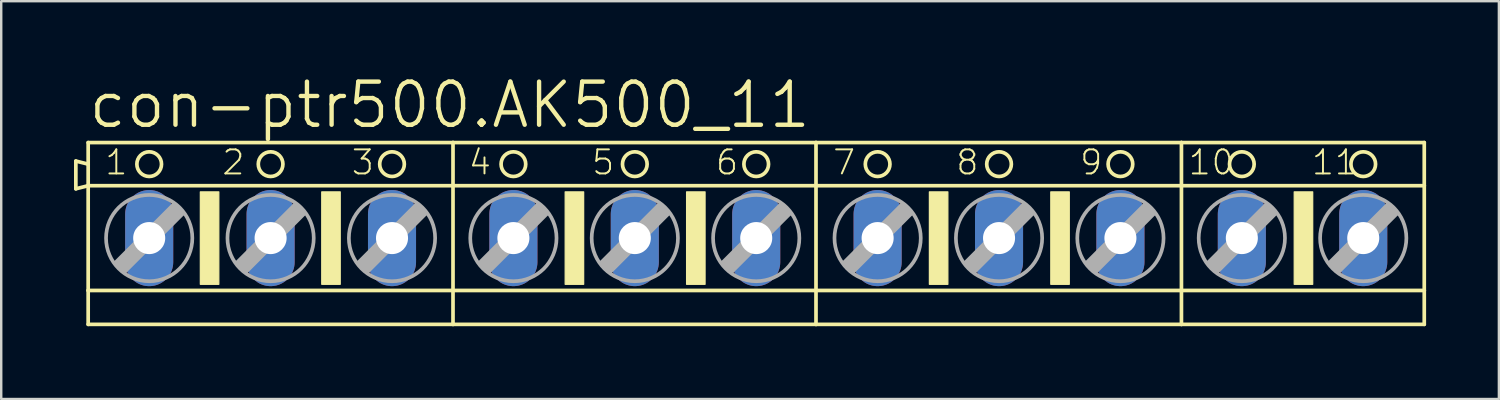
<source format=kicad_pcb>
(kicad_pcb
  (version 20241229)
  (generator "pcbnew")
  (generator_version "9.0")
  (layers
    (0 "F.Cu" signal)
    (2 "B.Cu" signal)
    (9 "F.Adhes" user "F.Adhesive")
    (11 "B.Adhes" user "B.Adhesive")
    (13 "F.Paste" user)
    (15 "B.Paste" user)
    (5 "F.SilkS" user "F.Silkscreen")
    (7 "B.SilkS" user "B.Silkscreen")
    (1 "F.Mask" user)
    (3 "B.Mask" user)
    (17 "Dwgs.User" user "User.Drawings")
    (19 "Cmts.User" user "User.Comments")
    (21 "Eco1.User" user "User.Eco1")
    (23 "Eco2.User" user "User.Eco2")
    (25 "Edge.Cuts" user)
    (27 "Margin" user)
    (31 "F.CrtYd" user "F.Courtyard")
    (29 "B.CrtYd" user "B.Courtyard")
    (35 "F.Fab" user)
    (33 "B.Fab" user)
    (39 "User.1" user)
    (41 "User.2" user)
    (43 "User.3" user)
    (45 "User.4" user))
  (footprint "con-ptr500.AK500_11"
    (layer "F.Cu")
    (at 28.118 6.763)
    (property "Reference" "con-ptr500.AK500_11" (at -27.61 -4.445 0) (layer "F.SilkS") (effects (font (size 1.778 1.778) (thickness 0.18)) (justify left bottom)))
    (attr through_hole)
    (fp_line (start -28.042 -3.175) (end -28.042 -2.032) (stroke (width 0.152) (type default)) (layer "F.SilkS"))
    (fp_line (start -28.042 -2.032) (end -27.534 -2.159) (stroke (width 0.152) (type default)) (layer "F.SilkS"))
    (fp_line (start -27.534 -3.048) (end -28.042 -3.175) (stroke (width 0.152) (type default)) (layer "F.SilkS"))
    (fp_line (start -27.534 -3.048) (end -27.534 -3.937) (stroke (width 0.152) (type default)) (layer "F.SilkS"))
    (fp_line (start -27.534 -2.159) (end -27.534 -3.048) (stroke (width 0.152) (type default)) (layer "F.SilkS"))
    (fp_line (start -27.534 -2.159) (end -12.497 -2.159) (stroke (width 0.152) (type default)) (layer "F.SilkS"))
    (fp_line (start -27.534 2.159) (end -27.534 -2.159) (stroke (width 0.152) (type default)) (layer "F.SilkS"))
    (fp_line (start -27.534 2.159) (end -12.497 2.159) (stroke (width 0.152) (type default)) (layer "F.SilkS"))
    (fp_line (start -27.534 3.556) (end -27.534 2.159) (stroke (width 0.152) (type default)) (layer "F.SilkS"))
    (fp_line (start -27.534 3.556) (end -12.497 3.556) (stroke (width 0.152) (type default)) (layer "F.SilkS"))
    (fp_line (start -12.497 -3.937) (end -27.534 -3.937) (stroke (width 0.152) (type default)) (layer "F.SilkS"))
    (fp_line (start -12.497 -2.159) (end -12.497 -3.937) (stroke (width 0.152) (type default)) (layer "F.SilkS"))
    (fp_line (start -12.497 -2.159) (end 2.464 -2.159) (stroke (width 0.152) (type default)) (layer "F.SilkS"))
    (fp_line (start -12.497 2.159) (end -12.497 -2.159) (stroke (width 0.152) (type default)) (layer "F.SilkS"))
    (fp_line (start -12.497 2.159) (end 2.464 2.159) (stroke (width 0.152) (type default)) (layer "F.SilkS"))
    (fp_line (start -12.497 3.556) (end -12.497 2.159) (stroke (width 0.152) (type default)) (layer "F.SilkS"))
    (fp_line (start -12.497 3.556) (end 2.464 3.556) (stroke (width 0.152) (type default)) (layer "F.SilkS"))
    (fp_line (start 2.464 -3.937) (end -12.497 -3.937) (stroke (width 0.152) (type default)) (layer "F.SilkS"))
    (fp_line (start 2.464 -2.159) (end 2.464 -3.937) (stroke (width 0.152) (type default)) (layer "F.SilkS"))
    (fp_line (start 2.464 -2.159) (end 17.526 -2.159) (stroke (width 0.152) (type default)) (layer "F.SilkS"))
    (fp_line (start 2.464 2.159) (end 2.464 -2.159) (stroke (width 0.152) (type default)) (layer "F.SilkS"))
    (fp_line (start 2.464 2.159) (end 17.526 2.159) (stroke (width 0.152) (type default)) (layer "F.SilkS"))
    (fp_line (start 2.464 3.556) (end 2.464 2.159) (stroke (width 0.152) (type default)) (layer "F.SilkS"))
    (fp_line (start 2.464 3.556) (end 17.526 3.556) (stroke (width 0.152) (type default)) (layer "F.SilkS"))
    (fp_line (start 17.526 -3.937) (end 2.464 -3.937) (stroke (width 0.152) (type default)) (layer "F.SilkS"))
    (fp_line (start 17.526 -2.159) (end 17.526 -3.937) (stroke (width 0.152) (type default)) (layer "F.SilkS"))
    (fp_line (start 17.526 -2.159) (end 27.534 -2.159) (stroke (width 0.152) (type default)) (layer "F.SilkS"))
    (fp_line (start 17.526 2.159) (end 17.526 -2.159) (stroke (width 0.152) (type default)) (layer "F.SilkS"))
    (fp_line (start 17.526 2.159) (end 27.534 2.159) (stroke (width 0.152) (type default)) (layer "F.SilkS"))
    (fp_line (start 17.526 3.556) (end 17.526 2.159) (stroke (width 0.152) (type default)) (layer "F.SilkS"))
    (fp_line (start 17.526 3.556) (end 27.534 3.556) (stroke (width 0.152) (type default)) (layer "F.SilkS"))
    (fp_line (start 27.534 -3.937) (end 17.526 -3.937) (stroke (width 0.152) (type default)) (layer "F.SilkS"))
    (fp_line (start 27.534 -3.937) (end 27.534 -2.159) (stroke (width 0.152) (type default)) (layer "F.SilkS"))
    (fp_line (start 27.534 -2.159) (end 27.534 2.159) (stroke (width 0.152) (type default)) (layer "F.SilkS"))
    (fp_line (start 27.534 2.159) (end 27.534 3.556) (stroke (width 0.152) (type default)) (layer "F.SilkS"))
    (fp_rect (start -22.911 1.905) (end -22.149 -1.905) (stroke (width 0.05) (type default)) (fill yes) (layer "F.SilkS"))
    (fp_rect (start -17.907 1.905) (end -17.145 -1.905) (stroke (width 0.05) (type default)) (fill yes) (layer "F.SilkS"))
    (fp_rect (start -7.874 1.905) (end -7.112 -1.905) (stroke (width 0.05) (type default)) (fill yes) (layer "F.SilkS"))
    (fp_rect (start -2.87 1.905) (end -2.108 -1.905) (stroke (width 0.05) (type default)) (fill yes) (layer "F.SilkS"))
    (fp_rect (start 7.137 1.905) (end 7.899 -1.905) (stroke (width 0.05) (type default)) (fill yes) (layer "F.SilkS"))
    (fp_rect (start 12.141 1.905) (end 12.903 -1.905) (stroke (width 0.05) (type default)) (fill yes) (layer "F.SilkS"))
    (fp_rect (start 22.174 1.905) (end 22.936 -1.905) (stroke (width 0.05) (type default)) (fill yes) (layer "F.SilkS"))
    (fp_circle (center -25.019 -3.048) (end -24.511 -3.048) (stroke (width 0.152) (type default)) (fill no) (layer "F.SilkS"))
    (fp_circle (center -20.015 -3.048) (end -19.507 -3.048) (stroke (width 0.152) (type default)) (fill no) (layer "F.SilkS"))
    (fp_circle (center -15.011 -3.048) (end -14.503 -3.048) (stroke (width 0.152) (type default)) (fill no) (layer "F.SilkS"))
    (fp_circle (center -10.008 -3.048) (end -9.5 -3.048) (stroke (width 0.152) (type default)) (fill no) (layer "F.SilkS"))
    (fp_circle (center -5.004 -3.048) (end -4.496 -3.048) (stroke (width 0.152) (type default)) (fill no) (layer "F.SilkS"))
    (fp_circle (center 0 -3.048) (end 0.508 -3.048) (stroke (width 0.152) (type default)) (fill no) (layer "F.SilkS"))
    (fp_circle (center 5.004 -3.048) (end 5.512 -3.048) (stroke (width 0.152) (type default)) (fill no) (layer "F.SilkS"))
    (fp_circle (center 10.008 -3.048) (end 10.516 -3.048) (stroke (width 0.152) (type default)) (fill no) (layer "F.SilkS"))
    (fp_circle (center 15.011 -3.048) (end 15.519 -3.048) (stroke (width 0.152) (type default)) (fill no) (layer "F.SilkS"))
    (fp_circle (center 20.015 -3.048) (end 20.523 -3.048) (stroke (width 0.152) (type default)) (fill no) (layer "F.SilkS"))
    (fp_circle (center 25.019 -3.048) (end 25.527 -3.048) (stroke (width 0.152) (type default)) (fill no) (layer "F.SilkS"))
    (fp_line (start -26.416 1.016) (end -26.035 1.397) (stroke (width 0.152) (type default)) (layer "F.Fab"))
    (fp_line (start -26.416 1.016) (end -24.003 -1.397) (stroke (width 0.152) (type default)) (layer "F.Fab"))
    (fp_line (start -26.035 1.016) (end -24.003 -1.016) (stroke (width 0.61) (type default)) (layer "F.Fab"))
    (fp_line (start -26.035 1.397) (end -23.622 -1.016) (stroke (width 0.152) (type default)) (layer "F.Fab"))
    (fp_line (start -24.003 -1.397) (end -23.622 -1.016) (stroke (width 0.152) (type default)) (layer "F.Fab"))
    (fp_line (start -21.412 1.016) (end -21.031 1.397) (stroke (width 0.152) (type default)) (layer "F.Fab"))
    (fp_line (start -21.412 1.016) (end -18.999 -1.397) (stroke (width 0.152) (type default)) (layer "F.Fab"))
    (fp_line (start -21.031 1.016) (end -18.999 -1.016) (stroke (width 0.61) (type default)) (layer "F.Fab"))
    (fp_line (start -21.031 1.397) (end -18.618 -1.016) (stroke (width 0.152) (type default)) (layer "F.Fab"))
    (fp_line (start -18.999 -1.397) (end -18.618 -1.016) (stroke (width 0.152) (type default)) (layer "F.Fab"))
    (fp_line (start -16.408 1.016) (end -16.027 1.397) (stroke (width 0.152) (type default)) (layer "F.Fab"))
    (fp_line (start -16.408 1.016) (end -13.995 -1.397) (stroke (width 0.152) (type default)) (layer "F.Fab"))
    (fp_line (start -16.027 1.016) (end -13.995 -1.016) (stroke (width 0.61) (type default)) (layer "F.Fab"))
    (fp_line (start -16.027 1.397) (end -13.614 -1.016) (stroke (width 0.152) (type default)) (layer "F.Fab"))
    (fp_line (start -13.995 -1.397) (end -13.614 -1.016) (stroke (width 0.152) (type default)) (layer "F.Fab"))
    (fp_line (start -11.405 1.016) (end -11.024 1.397) (stroke (width 0.152) (type default)) (layer "F.Fab"))
    (fp_line (start -11.405 1.016) (end -8.992 -1.397) (stroke (width 0.152) (type default)) (layer "F.Fab"))
    (fp_line (start -11.024 1.016) (end -8.992 -1.016) (stroke (width 0.61) (type default)) (layer "F.Fab"))
    (fp_line (start -11.024 1.397) (end -8.611 -1.016) (stroke (width 0.152) (type default)) (layer "F.Fab"))
    (fp_line (start -8.992 -1.397) (end -8.611 -1.016) (stroke (width 0.152) (type default)) (layer "F.Fab"))
    (fp_line (start -6.401 1.016) (end -6.02 1.397) (stroke (width 0.152) (type default)) (layer "F.Fab"))
    (fp_line (start -6.401 1.016) (end -3.988 -1.397) (stroke (width 0.152) (type default)) (layer "F.Fab"))
    (fp_line (start -6.02 1.016) (end -3.988 -1.016) (stroke (width 0.61) (type default)) (layer "F.Fab"))
    (fp_line (start -6.02 1.397) (end -3.607 -1.016) (stroke (width 0.152) (type default)) (layer "F.Fab"))
    (fp_line (start -3.988 -1.397) (end -3.607 -1.016) (stroke (width 0.152) (type default)) (layer "F.Fab"))
    (fp_line (start -1.397 1.016) (end -1.016 1.397) (stroke (width 0.152) (type default)) (layer "F.Fab"))
    (fp_line (start -1.397 1.016) (end 1.016 -1.397) (stroke (width 0.152) (type default)) (layer "F.Fab"))
    (fp_line (start -1.016 1.016) (end 1.016 -1.016) (stroke (width 0.61) (type default)) (layer "F.Fab"))
    (fp_line (start -1.016 1.397) (end 1.397 -1.016) (stroke (width 0.152) (type default)) (layer "F.Fab"))
    (fp_line (start 1.016 -1.397) (end 1.397 -1.016) (stroke (width 0.152) (type default)) (layer "F.Fab"))
    (fp_line (start 3.607 1.016) (end 3.988 1.397) (stroke (width 0.152) (type default)) (layer "F.Fab"))
    (fp_line (start 3.607 1.016) (end 6.02 -1.397) (stroke (width 0.152) (type default)) (layer "F.Fab"))
    (fp_line (start 3.988 1.016) (end 6.02 -1.016) (stroke (width 0.61) (type default)) (layer "F.Fab"))
    (fp_line (start 3.988 1.397) (end 6.401 -1.016) (stroke (width 0.152) (type default)) (layer "F.Fab"))
    (fp_line (start 6.02 -1.397) (end 6.401 -1.016) (stroke (width 0.152) (type default)) (layer "F.Fab"))
    (fp_line (start 8.611 1.016) (end 8.992 1.397) (stroke (width 0.152) (type default)) (layer "F.Fab"))
    (fp_line (start 8.611 1.016) (end 11.024 -1.397) (stroke (width 0.152) (type default)) (layer "F.Fab"))
    (fp_line (start 8.992 1.016) (end 11.024 -1.016) (stroke (width 0.61) (type default)) (layer "F.Fab"))
    (fp_line (start 8.992 1.397) (end 11.405 -1.016) (stroke (width 0.152) (type default)) (layer "F.Fab"))
    (fp_line (start 11.024 -1.397) (end 11.405 -1.016) (stroke (width 0.152) (type default)) (layer "F.Fab"))
    (fp_line (start 13.614 1.016) (end 13.995 1.397) (stroke (width 0.152) (type default)) (layer "F.Fab"))
    (fp_line (start 13.614 1.016) (end 16.027 -1.397) (stroke (width 0.152) (type default)) (layer "F.Fab"))
    (fp_line (start 13.995 1.016) (end 16.027 -1.016) (stroke (width 0.61) (type default)) (layer "F.Fab"))
    (fp_line (start 13.995 1.397) (end 16.408 -1.016) (stroke (width 0.152) (type default)) (layer "F.Fab"))
    (fp_line (start 16.027 -1.397) (end 16.408 -1.016) (stroke (width 0.152) (type default)) (layer "F.Fab"))
    (fp_line (start 18.618 1.016) (end 18.999 1.397) (stroke (width 0.152) (type default)) (layer "F.Fab"))
    (fp_line (start 18.618 1.016) (end 21.031 -1.397) (stroke (width 0.152) (type default)) (layer "F.Fab"))
    (fp_line (start 18.999 1.016) (end 21.031 -1.016) (stroke (width 0.61) (type default)) (layer "F.Fab"))
    (fp_line (start 18.999 1.397) (end 21.412 -1.016) (stroke (width 0.152) (type default)) (layer "F.Fab"))
    (fp_line (start 21.031 -1.397) (end 21.412 -1.016) (stroke (width 0.152) (type default)) (layer "F.Fab"))
    (fp_line (start 23.622 1.016) (end 24.003 1.397) (stroke (width 0.152) (type default)) (layer "F.Fab"))
    (fp_line (start 23.622 1.016) (end 26.035 -1.397) (stroke (width 0.152) (type default)) (layer "F.Fab"))
    (fp_line (start 24.003 1.016) (end 26.035 -1.016) (stroke (width 0.61) (type default)) (layer "F.Fab"))
    (fp_line (start 24.003 1.397) (end 26.416 -1.016) (stroke (width 0.152) (type default)) (layer "F.Fab"))
    (fp_line (start 26.035 -1.397) (end 26.416 -1.016) (stroke (width 0.152) (type default)) (layer "F.Fab"))
    (fp_circle (center -25.019 0) (end -23.241 0) (stroke (width 0.152) (type default)) (fill no) (layer "F.Fab"))
    (fp_circle (center -20.015 0) (end -18.237 0) (stroke (width 0.152) (type default)) (fill no) (layer "F.Fab"))
    (fp_circle (center -15.011 0) (end -13.233 0) (stroke (width 0.152) (type default)) (fill no) (layer "F.Fab"))
    (fp_circle (center -10.008 0) (end -8.23 0) (stroke (width 0.152) (type default)) (fill no) (layer "F.Fab"))
    (fp_circle (center -5.004 0) (end -3.226 0) (stroke (width 0.152) (type default)) (fill no) (layer "F.Fab"))
    (fp_circle (center 0 0) (end 1.778 0) (stroke (width 0.152) (type default)) (fill no) (layer "F.Fab"))
    (fp_circle (center 5.004 0) (end 6.782 0) (stroke (width 0.152) (type default)) (fill no) (layer "F.Fab"))
    (fp_circle (center 10.008 0) (end 11.786 0) (stroke (width 0.152) (type default)) (fill no) (layer "F.Fab"))
    (fp_circle (center 15.011 0) (end 16.789 0) (stroke (width 0.152) (type default)) (fill no) (layer "F.Fab"))
    (fp_circle (center 20.015 0) (end 21.793 0) (stroke (width 0.152) (type default)) (fill no) (layer "F.Fab"))
    (fp_circle (center 25.019 0) (end 26.797 0) (stroke (width 0.152) (type default)) (fill no) (layer "F.Fab"))
    (fp_text user "6" (at -1.727 -2.54 0) (layer "F.SilkS") (effects (font (size 0.991 0.991) (thickness 0.08)) (justify left bottom)))
    (fp_text user "4" (at -11.913 -2.54 0) (layer "F.SilkS") (effects (font (size 0.991 0.991) (thickness 0.08)) (justify left bottom)))
    (fp_text user "5" (at -6.833 -2.54 0) (layer "F.SilkS") (effects (font (size 0.991 0.991) (thickness 0.08)) (justify left bottom)))
    (fp_text user "2" (at -22.073 -2.54 0) (layer "F.SilkS") (effects (font (size 0.991 0.991) (thickness 0.08)) (justify left bottom)))
    (fp_text user "10" (at 17.755 -2.54 0) (layer "F.SilkS") (effects (font (size 0.991 0.991) (thickness 0.08)) (justify left bottom)))
    (fp_text user "11" (at 22.835 -2.54 0) (layer "F.SilkS") (effects (font (size 0.991 0.991) (thickness 0.08)) (justify left bottom)))
    (fp_text user "1" (at -26.899 -2.54 0) (layer "F.SilkS") (effects (font (size 0.991 0.991) (thickness 0.08)) (justify left bottom)))
    (fp_text user "7" (at 3.099 -2.54 0) (layer "F.SilkS") (effects (font (size 0.991 0.991) (thickness 0.08)) (justify left bottom)))
    (fp_text user "3" (at -16.739 -2.54 0) (layer "F.SilkS") (effects (font (size 0.991 0.991) (thickness 0.08)) (justify left bottom)))
    (fp_text user "9" (at 13.284 -2.54 0) (layer "F.SilkS") (effects (font (size 0.991 0.991) (thickness 0.08)) (justify left bottom)))
    (fp_text user "8" (at 8.179 -2.54 0) (layer "F.SilkS") (effects (font (size 0.991 0.991) (thickness 0.08)) (justify left bottom)))
    (pad "1" thru_hole oval (at -25.019 0 90) (size 3.962 1.981) (drill 1.321) (layers "*.Cu" "*.Mask"))
    (pad "2" thru_hole oval (at -20.015 0 90) (size 3.962 1.981) (drill 1.321) (layers "*.Cu" "*.Mask"))
    (pad "3" thru_hole oval (at -15.011 0 90) (size 3.962 1.981) (drill 1.321) (layers "*.Cu" "*.Mask"))
    (pad "4" thru_hole oval (at -10.008 0 90) (size 3.962 1.981) (drill 1.321) (layers "*.Cu" "*.Mask"))
    (pad "5" thru_hole oval (at -5.004 0 90) (size 3.962 1.981) (drill 1.321) (layers "*.Cu" "*.Mask"))
    (pad "6" thru_hole oval (at 0 0 90) (size 3.962 1.981) (drill 1.321) (layers "*.Cu" "*.Mask"))
    (pad "7" thru_hole oval (at 5.004 0 90) (size 3.962 1.981) (drill 1.321) (layers "*.Cu" "*.Mask"))
    (pad "8" thru_hole oval (at 10.008 0 90) (size 3.962 1.981) (drill 1.321) (layers "*.Cu" "*.Mask"))
    (pad "9" thru_hole oval (at 15.011 0 90) (size 3.962 1.981) (drill 1.321) (layers "*.Cu" "*.Mask"))
    (pad "10" thru_hole oval (at 20.015 0 90) (size 3.962 1.981) (drill 1.321) (layers "*.Cu" "*.Mask"))
    (pad "11" thru_hole oval (at 25.019 0 90) (size 3.962 1.981) (drill 1.321) (layers "*.Cu" "*.Mask")))
  (gr_rect
    (start -3 -3)
    (end 58.728 13.395)
    (stroke (width 0.1) (type default))
    (fill no)
    (layer "Edge.Cuts")))
</source>
